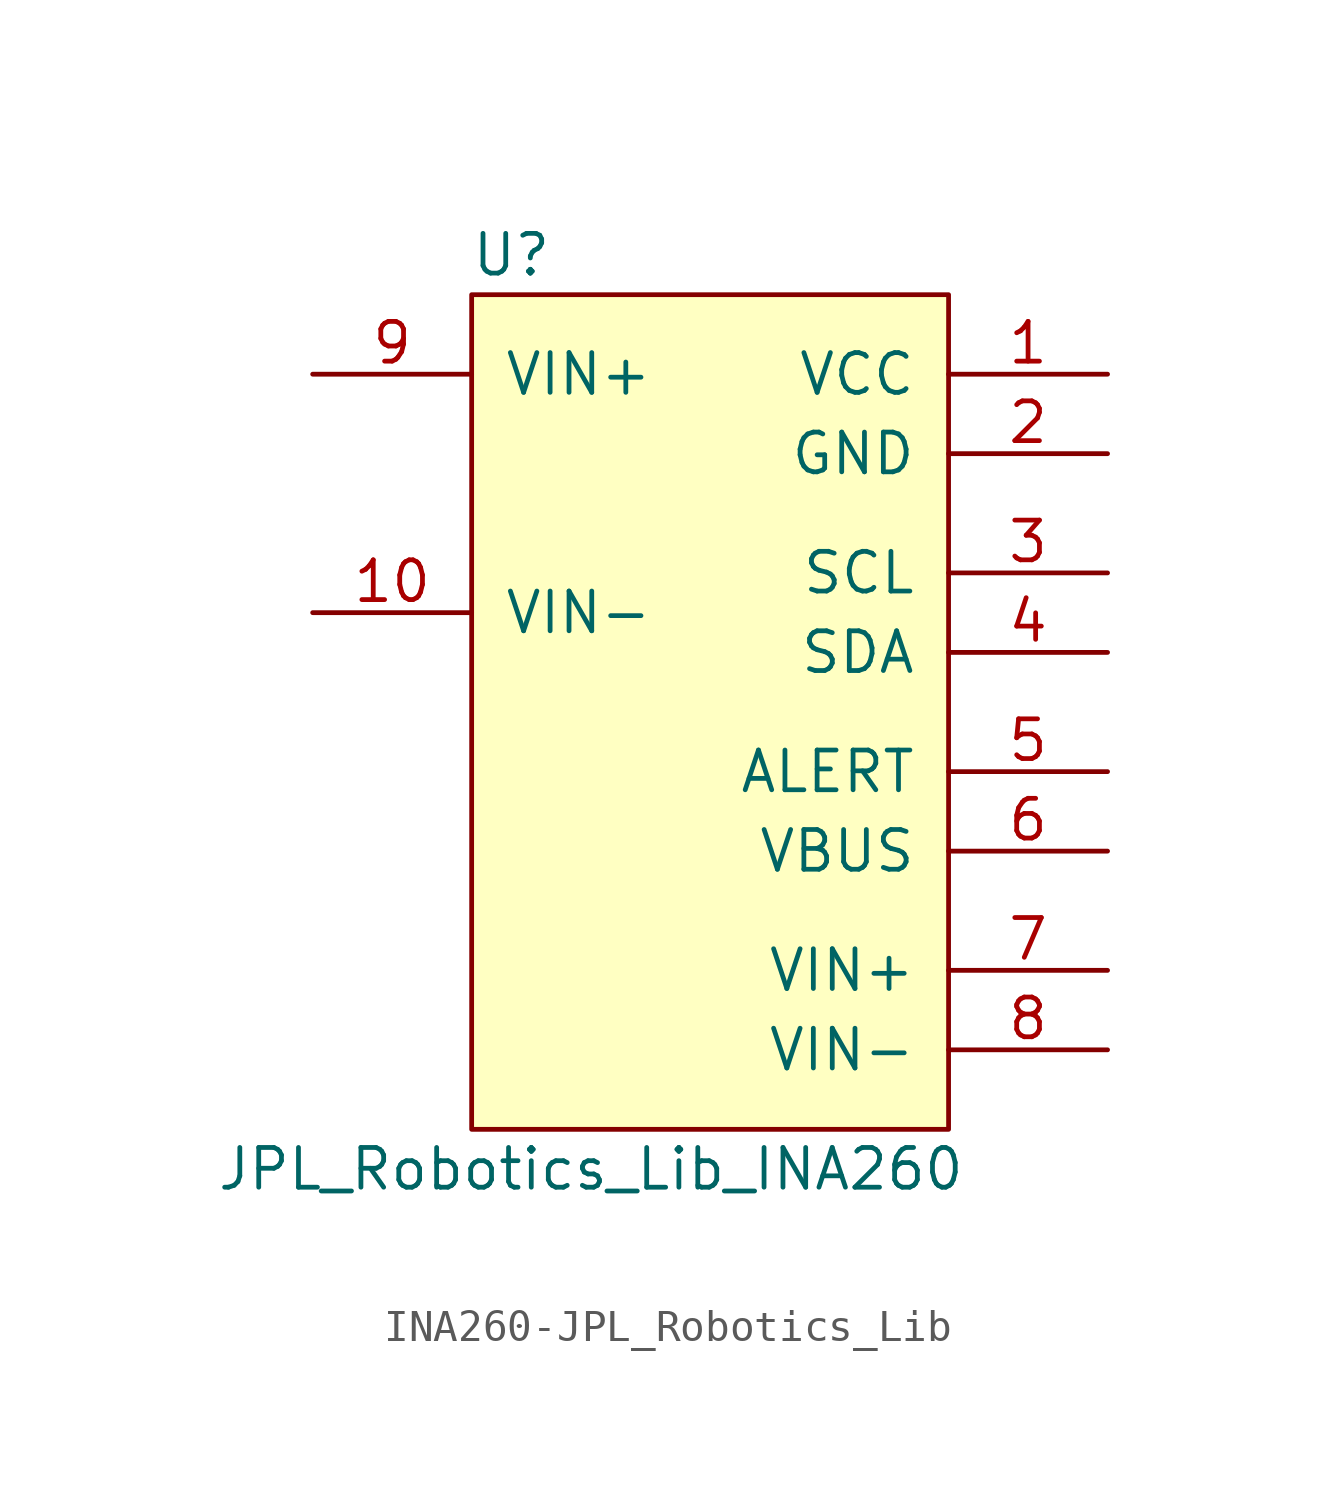
<source format=kicad_sym>
(kicad_symbol_lib
  (version 20231120)
  (generator "kicad_symbol_editor")
  (generator_version "8.0")
  (symbol "INA260-JPL_Robotics_Lib"
    (pin_names
      (offset 1.016))
    (property "Reference" "U"
      (at 1.27 27.94 0)
      (effects (font (size 1.27 1.27))))
    (property "Value" "JPL_Robotics_Lib_INA260"
      (at 3.81 -1.27 0)
      (effects (font (size 1.27 1.27))))
    (symbol "INA260-JPL_Robotics_Lib_0_1"
      (rectangle (start 0 0) (end 15.24 26.67) (stroke (width 0) (type solid)) (fill (type background))))
    (symbol "INA260-JPL_Robotics_Lib_1_1"
      (pin input line (at 20.32 24.13 180) (length 5.08) (name "VCC" (effects (font (size 1.27 1.27)))) (number "1" (effects (font (size 1.27 1.27)))))
      (pin power_out line (at -5.08 16.51 0) (length 5.08) (name "VIN-" (effects (font (size 1.27 1.27)))) (number "10" (effects (font (size 1.27 1.27)))))
      (pin input line (at 20.32 21.59 180) (length 5.08) (name "GND" (effects (font (size 1.27 1.27)))) (number "2" (effects (font (size 1.27 1.27)))))
      (pin input line (at 20.32 17.78 180) (length 5.08) (name "SCL" (effects (font (size 1.27 1.27)))) (number "3" (effects (font (size 1.27 1.27)))))
      (pin input line (at 20.32 15.24 180) (length 5.08) (name "SDA" (effects (font (size 1.27 1.27)))) (number "4" (effects (font (size 1.27 1.27)))))
      (pin input line (at 20.32 11.43 180) (length 5.08) (name "ALERT" (effects (font (size 1.27 1.27)))) (number "5" (effects (font (size 1.27 1.27)))))
      (pin input line (at 20.32 8.89 180) (length 5.08) (name "VBUS" (effects (font (size 1.27 1.27)))) (number "6" (effects (font (size 1.27 1.27)))))
      (pin power_in line (at 20.32 5.08 180) (length 5.08) (name "VIN+" (effects (font (size 1.27 1.27)))) (number "7" (effects (font (size 1.27 1.27)))))
      (pin passive line (at 20.32 2.54 180) (length 5.08) (name "VIN-" (effects (font (size 1.27 1.27)))) (number "8" (effects (font (size 1.27 1.27)))))
      (pin power_in line (at -5.08 24.13 0) (length 5.08) (name "VIN+" (effects (font (size 1.27 1.27)))) (number "9" (effects (font (size 1.27 1.27))))))))
</source>
